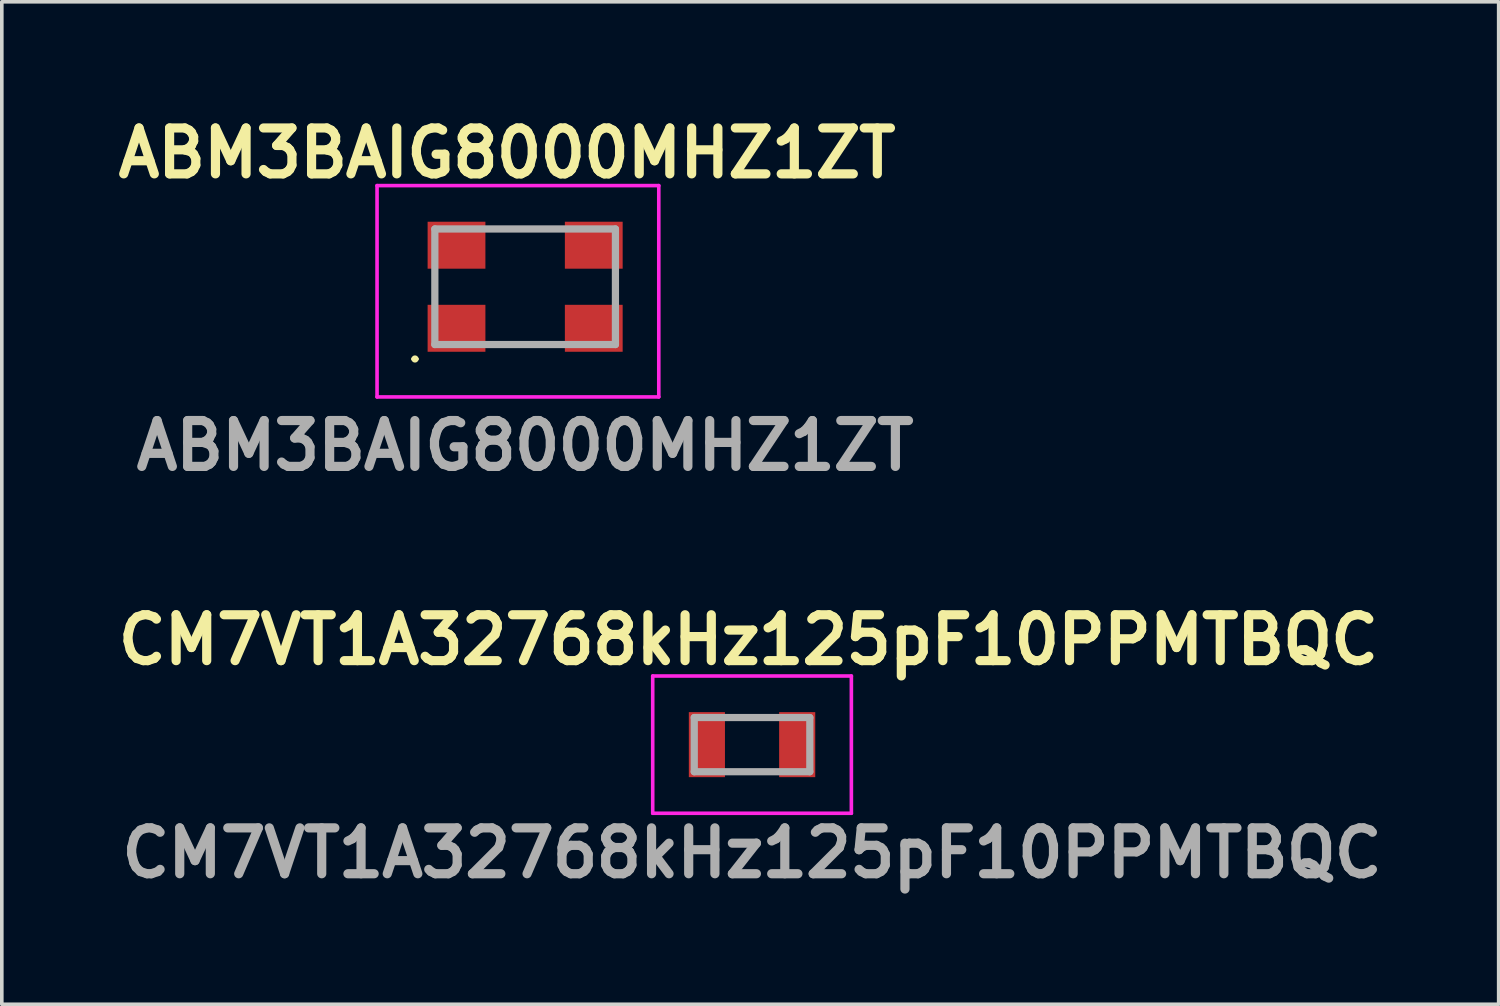
<source format=kicad_pcb>
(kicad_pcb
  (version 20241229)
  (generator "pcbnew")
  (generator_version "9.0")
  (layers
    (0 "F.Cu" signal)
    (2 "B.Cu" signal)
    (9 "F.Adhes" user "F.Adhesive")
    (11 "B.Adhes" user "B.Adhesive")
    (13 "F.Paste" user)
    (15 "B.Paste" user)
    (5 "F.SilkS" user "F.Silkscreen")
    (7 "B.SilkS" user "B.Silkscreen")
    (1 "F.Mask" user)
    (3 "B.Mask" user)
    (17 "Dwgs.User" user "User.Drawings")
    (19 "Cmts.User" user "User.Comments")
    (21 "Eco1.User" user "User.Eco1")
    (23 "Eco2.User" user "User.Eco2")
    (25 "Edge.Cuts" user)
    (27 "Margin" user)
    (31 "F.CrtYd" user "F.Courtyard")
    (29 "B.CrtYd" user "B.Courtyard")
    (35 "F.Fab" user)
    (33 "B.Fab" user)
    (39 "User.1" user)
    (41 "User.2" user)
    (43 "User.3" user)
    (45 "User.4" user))
  (footprint "ABM3BAIG8000MHZ1ZT"
    (layer "F.Cu")
    (at 11.489 4.889)
    (property "Reference" "ABM3BAIG8000MHZ1ZT" (at -0.5 -3.7 0) (layer "F.SilkS") (effects (font (size 1.27 1.27) (thickness 0.254))))
    (attr smd)
    (fp_line (start -3.1 2) (end -3.1 2) (stroke (width 0.1) (type solid)) (layer "F.SilkS"))
    (fp_line (start -3 2) (end -3 2) (stroke (width 0.1) (type solid)) (layer "F.SilkS"))
    (fp_line (start -0.8 -1.6) (end 0.8 -1.6) (stroke (width 0.1) (type solid)) (layer "F.SilkS"))
    (fp_line (start -0.8 1.6) (end 0.6 1.6) (stroke (width 0.1) (type solid)) (layer "F.SilkS"))
    (fp_arc (start -3.1 2) (mid -3.05 1.95) (end -3 2) (stroke (width 0.1) (type solid)) (layer "F.SilkS"))
    (fp_arc (start -3 2) (mid -3.05 2.05) (end -3.1 2) (stroke (width 0.1) (type solid)) (layer "F.SilkS"))
    (fp_line (start -4.1 -2.8) (end 3.7 -2.8) (stroke (width 0.1) (type solid)) (layer "F.CrtYd"))
    (fp_line (start -4.1 3.05) (end -4.1 -2.8) (stroke (width 0.1) (type solid)) (layer "F.CrtYd"))
    (fp_line (start 3.7 -2.8) (end 3.7 3.05) (stroke (width 0.1) (type solid)) (layer "F.CrtYd"))
    (fp_line (start 3.7 3.05) (end -4.1 3.05) (stroke (width 0.1) (type solid)) (layer "F.CrtYd"))
    (fp_line (start -2.5 -1.6) (end 2.5 -1.6) (stroke (width 0.2) (type solid)) (layer "F.Fab"))
    (fp_line (start -2.5 1.6) (end -2.5 -1.6) (stroke (width 0.2) (type solid)) (layer "F.Fab"))
    (fp_line (start 2.5 -1.6) (end 2.5 1.6) (stroke (width 0.2) (type solid)) (layer "F.Fab"))
    (fp_line (start 2.5 1.6) (end -2.5 1.6) (stroke (width 0.2) (type solid)) (layer "F.Fab"))
    (fp_text user "${REFERENCE}" (at 0 4.4 0) (layer "F.Fab") (effects (font (size 1.27 1.27) (thickness 0.254))))
    (pad "1" smd rect (at -1.9 1.15 90) (size 1.3 1.6) (layers "F.Cu" "F.Mask" "F.Paste"))
    (pad "2" smd rect (at 1.9 1.15 90) (size 1.3 1.6) (layers "F.Cu" "F.Mask" "F.Paste"))
    (pad "3" smd rect (at 1.9 -1.15 90) (size 1.3 1.6) (layers "F.Cu" "F.Mask" "F.Paste"))
    (pad "4" smd rect (at -1.9 -1.15 90) (size 1.3 1.6) (layers "F.Cu" "F.Mask" "F.Paste")))
  (footprint "CM7VT1A32768kHz125pF10PPMTBQC"
    (layer "F.Cu")
    (at 17.771 17.566)
    (property "Reference" "CM7VT1A32768kHz125pF10PPMTBQC" (at -0.1 -2.9 0) (layer "F.SilkS") (effects (font (size 1.27 1.27) (thickness 0.254))))
    (attr smd)
    (fp_line (start -0.4 -0.75) (end 0.5 -0.75) (stroke (width 0.1) (type solid)) (layer "F.SilkS"))
    (fp_line (start -0.4 0.75) (end 0.5 0.75) (stroke (width 0.1) (type solid)) (layer "F.SilkS"))
    (fp_line (start -2.75 -1.9) (end 2.75 -1.9) (stroke (width 0.1) (type solid)) (layer "F.CrtYd"))
    (fp_line (start -2.75 1.9) (end -2.75 -1.9) (stroke (width 0.1) (type solid)) (layer "F.CrtYd"))
    (fp_line (start 2.75 -1.9) (end 2.75 1.9) (stroke (width 0.1) (type solid)) (layer "F.CrtYd"))
    (fp_line (start 2.75 1.9) (end -2.75 1.9) (stroke (width 0.1) (type solid)) (layer "F.CrtYd"))
    (fp_line (start -1.6 -0.75) (end 1.6 -0.75) (stroke (width 0.2) (type solid)) (layer "F.Fab"))
    (fp_line (start -1.6 0.75) (end -1.6 -0.75) (stroke (width 0.2) (type solid)) (layer "F.Fab"))
    (fp_line (start 1.6 -0.75) (end 1.6 0.75) (stroke (width 0.2) (type solid)) (layer "F.Fab"))
    (fp_line (start 1.6 0.75) (end -1.6 0.75) (stroke (width 0.2) (type solid)) (layer "F.Fab"))
    (fp_text user "${REFERENCE}" (at 0 3 0) (layer "F.Fab") (effects (font (size 1.27 1.27) (thickness 0.254))))
    (pad "1" smd rect (at -1.25 0) (size 1 1.8) (layers "F.Cu" "F.Mask" "F.Paste"))
    (pad "2" smd rect (at 1.25 0) (size 1 1.8) (layers "F.Cu" "F.Mask" "F.Paste")))
  (gr_rect
    (start -3 -3)
    (end 38.442 24.755)
    (stroke (width 0.1) (type default))
    (fill no)
    (layer "Edge.Cuts")))
</source>
